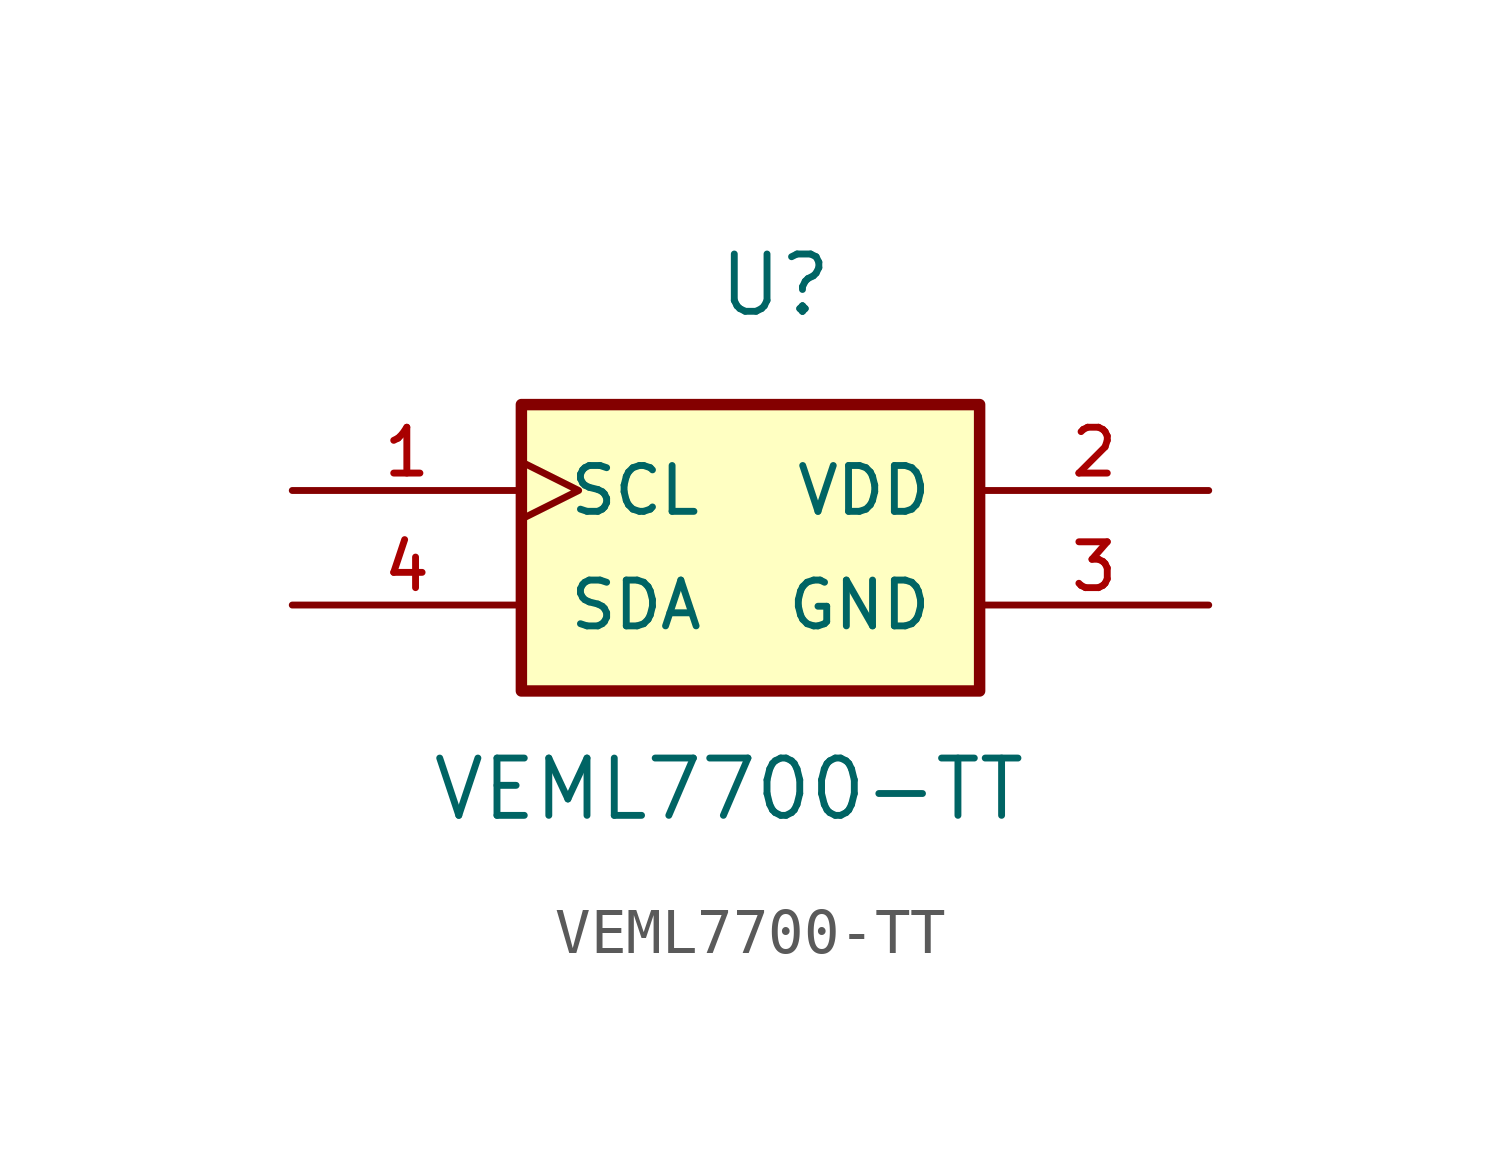
<source format=kicad_sym>
(kicad_symbol_lib
  (version 20241209)
  (generator "kicad_symbol_editor")
  (generator_version "9.0")
  (symbol "VEML7700-TT"
    (pin_names
      (offset 1.016))
    (property "Reference" "U"
      (at -0.762 6.35 0)
      (effects (font (size 1.27 1.27)) (justify left bottom)))
    (property "Value" "VEML7700-TT"
      (at -7.112 -4.826 0)
      (effects (font (size 1.27 1.27)) (justify left bottom)))
    (symbol "VEML7700-TT_0_0"
      (rectangle (start -5.08 4.445) (end 5.08 -1.905) (stroke (width 0.254) (type default)) (fill (type background)))
      (pin input clock (at -10.16 2.54 0) (length 5.08) (name "SCL" (effects (font (size 1.016 1.016)))) (number "1" (effects (font (size 1.016 1.016)))))
      (pin bidirectional line (at -10.16 0 0) (length 5.08) (name "SDA" (effects (font (size 1.016 1.016)))) (number "4" (effects (font (size 1.016 1.016)))))
      (pin power_in line (at 10.16 2.54 180) (length 5.08) (name "VDD" (effects (font (size 1.016 1.016)))) (number "2" (effects (font (size 1.016 1.016)))))
      (pin power_in line (at 10.16 0 180) (length 5.08) (name "GND" (effects (font (size 1.016 1.016)))) (number "3" (effects (font (size 1.016 1.016))))))))
</source>
